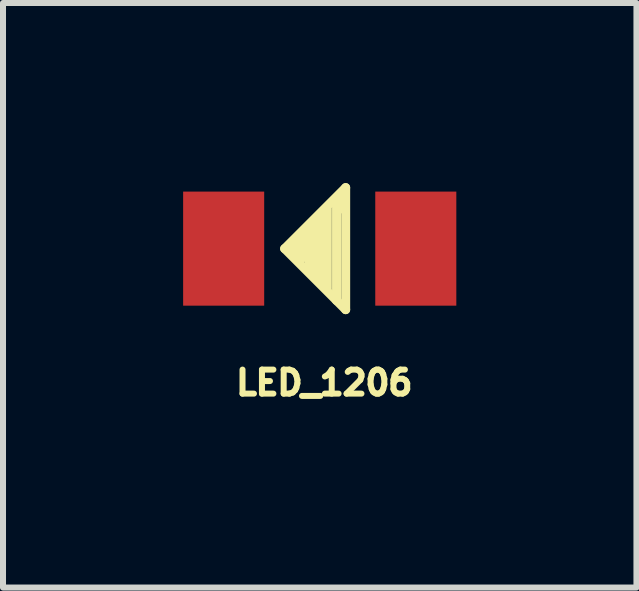
<source format=kicad_pcb>
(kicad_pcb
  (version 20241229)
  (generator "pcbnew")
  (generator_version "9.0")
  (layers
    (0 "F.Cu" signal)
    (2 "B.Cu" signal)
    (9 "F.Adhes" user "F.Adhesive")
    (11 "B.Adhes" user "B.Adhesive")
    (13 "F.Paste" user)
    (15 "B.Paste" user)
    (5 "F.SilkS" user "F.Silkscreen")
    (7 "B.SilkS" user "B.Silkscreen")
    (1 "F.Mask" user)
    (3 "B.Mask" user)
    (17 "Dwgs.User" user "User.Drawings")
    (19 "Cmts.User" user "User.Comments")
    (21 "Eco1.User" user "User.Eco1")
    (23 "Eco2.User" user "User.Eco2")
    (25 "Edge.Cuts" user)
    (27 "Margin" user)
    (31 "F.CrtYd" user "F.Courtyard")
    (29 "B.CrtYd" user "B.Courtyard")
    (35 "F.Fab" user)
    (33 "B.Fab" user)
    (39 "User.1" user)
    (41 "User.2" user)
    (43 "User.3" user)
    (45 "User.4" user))
  (footprint "LED_1206"
    (layer "F.Cu")
    (at 2.275 1.091)
    (property "Reference" "LED_1206" (at 0.076 2.235 0) (layer "F.SilkS") (effects (font (size 0.4 0.4) (thickness 0.1))))
    (attr through_hole)
    (fp_line (start -0.584 0) (end 0.432 1.016) (stroke (width 0.15) (type solid)) (layer "F.SilkS"))
    (fp_line (start -0.482 0) (end -0.228 0.051) (stroke (width 0.15) (type solid)) (layer "F.SilkS"))
    (fp_line (start -0.381 -0.152) (end -0.381 0.102) (stroke (width 0.15) (type solid)) (layer "F.SilkS"))
    (fp_line (start -0.279 -0.203) (end -0.279 0.152) (stroke (width 0.15) (type solid)) (layer "F.SilkS"))
    (fp_line (start -0.178 -0.356) (end -0.178 0.356) (stroke (width 0.15) (type solid)) (layer "F.SilkS"))
    (fp_line (start -0.076 -0.457) (end -0.076 0.457) (stroke (width 0.15) (type solid)) (layer "F.SilkS"))
    (fp_line (start 0.026 -0.559) (end 0.026 0.508) (stroke (width 0.15) (type solid)) (layer "F.SilkS"))
    (fp_line (start 0.127 -0.66) (end 0.127 0.66) (stroke (width 0.15) (type solid)) (layer "F.SilkS"))
    (fp_line (start 0.28 -0.813) (end 0.28 0.864) (stroke (width 0.15) (type solid)) (layer "F.SilkS"))
    (fp_line (start 0.33 -0.864) (end 0.381 -0.66) (stroke (width 0.15) (type solid)) (layer "F.SilkS"))
    (fp_line (start 0.432 -1.016) (end -0.584 0) (stroke (width 0.15) (type solid)) (layer "F.SilkS"))
    (fp_line (start 0.432 1.016) (end 0.432 -1.016) (stroke (width 0.15) (type solid)) (layer "F.SilkS"))
    (pad "1" smd rect (at -1.6 0) (size 1.35 1.9) (layers "F.Cu" "F.Mask" "F.Paste"))
    (pad "2" smd rect (at 1.6 0) (size 1.35 1.9) (layers "F.Cu" "F.Mask" "F.Paste")))
  (gr_rect
    (start -3 -3)
    (end 7.55 6.736)
    (stroke (width 0.1) (type default))
    (fill no)
    (layer "Edge.Cuts")))
</source>
